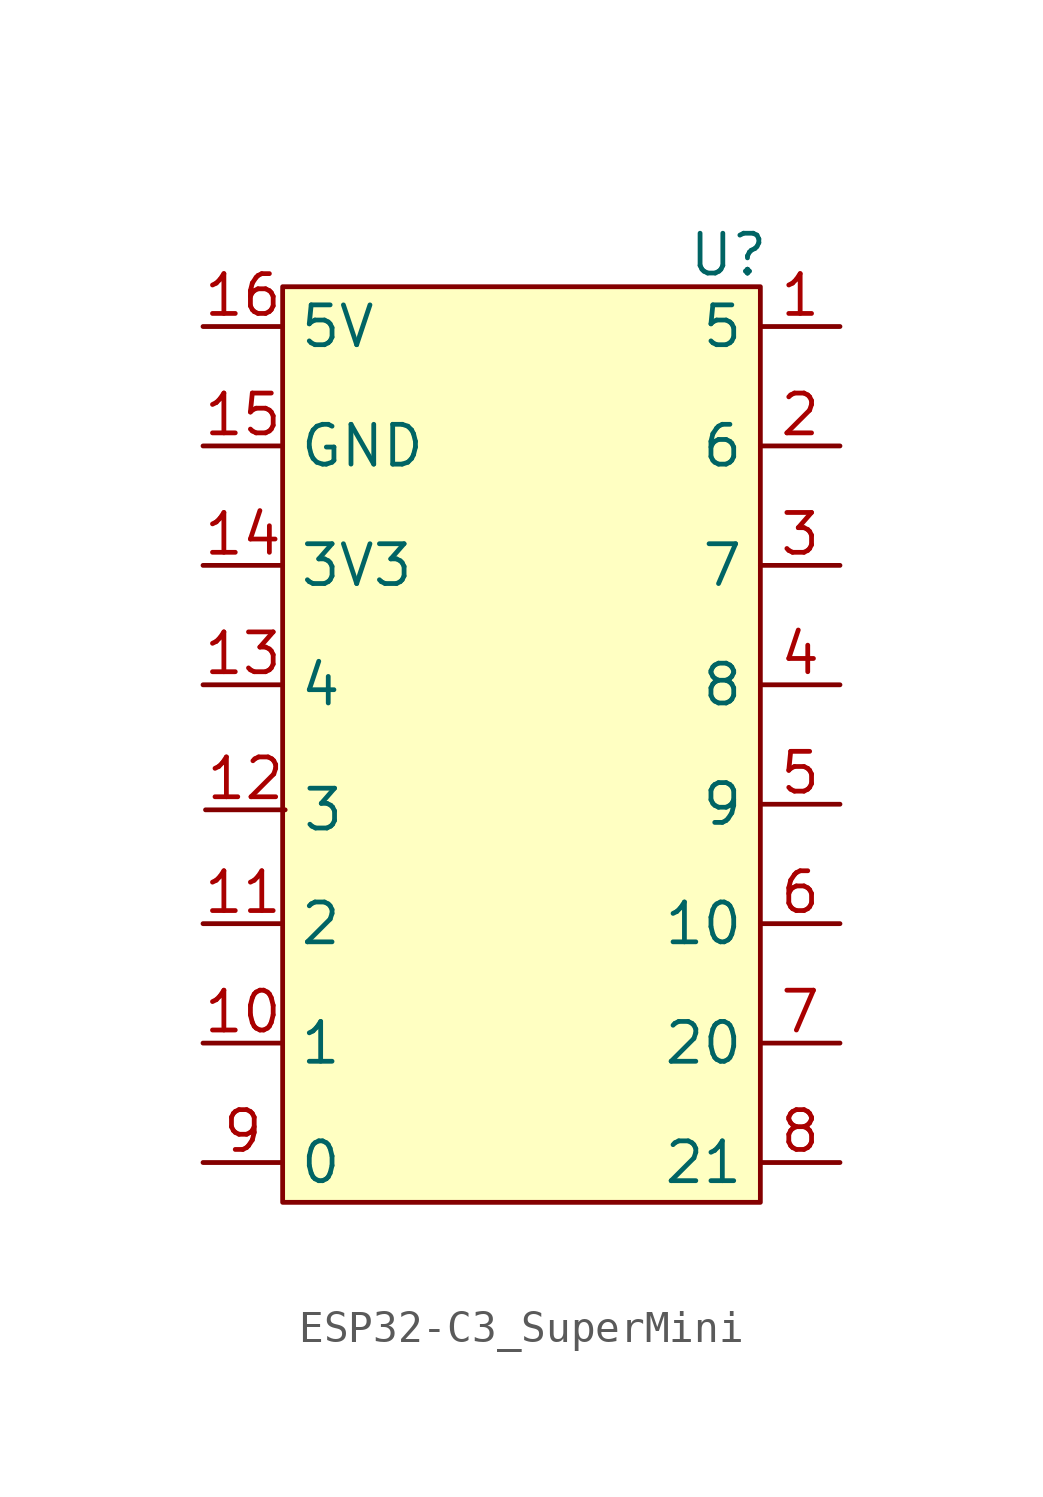
<source format=kicad_sym>
(kicad_symbol_lib
  (version 20231120)
  (generator "kicad_symbol_editor")
  (generator_version "8.0")
  (symbol "ESP32-C3_SuperMini"
    (property "Reference" "U"
      (at 6.604 14.986 0)
      (effects (font (size 1.27 1.27))))
    (property "Value" ""
      (at 0 0 0)
      (effects (font (size 1.27 1.27))))
    (symbol "ESP32-C3_SuperMini_1_1"
      (rectangle (start -7.62 13.97) (end 7.62 -15.24) (stroke (width 0) (type default)) (fill (type background)))
      (pin input line (at 10.16 12.7 180) (length 2.54) (name "5" (effects (font (size 1.27 1.27)))) (number "1" (effects (font (size 1.27 1.27)))))
      (pin input line (at -10.16 -10.16 0) (length 2.54) (name "1" (effects (font (size 1.27 1.27)))) (number "10" (effects (font (size 1.27 1.27)))))
      (pin input line (at -10.16 -6.35 0) (length 2.54) (name "2" (effects (font (size 1.27 1.27)))) (number "11" (effects (font (size 1.27 1.27)))))
      (pin input line (at -10.08 -2.719 0) (length 2.54) (name "3" (effects (font (size 1.27 1.27)))) (number "12" (effects (font (size 1.27 1.27)))))
      (pin input line (at -10.16 1.27 0) (length 2.54) (name "4" (effects (font (size 1.27 1.27)))) (number "13" (effects (font (size 1.27 1.27)))))
      (pin input line (at -10.16 5.08 0) (length 2.54) (name "3V3" (effects (font (size 1.27 1.27)))) (number "14" (effects (font (size 1.27 1.27)))))
      (pin input line (at -10.16 8.89 0) (length 2.54) (name "GND" (effects (font (size 1.27 1.27)))) (number "15" (effects (font (size 1.27 1.27)))))
      (pin input line (at -10.16 12.7 0) (length 2.54) (name "5V" (effects (font (size 1.27 1.27)))) (number "16" (effects (font (size 1.27 1.27)))))
      (pin input line (at 10.16 8.89 180) (length 2.54) (name "6" (effects (font (size 1.27 1.27)))) (number "2" (effects (font (size 1.27 1.27)))))
      (pin input line (at 10.16 5.08 180) (length 2.54) (name "7" (effects (font (size 1.27 1.27)))) (number "3" (effects (font (size 1.27 1.27)))))
      (pin input line (at 10.16 1.27 180) (length 2.54) (name "8" (effects (font (size 1.27 1.27)))) (number "4" (effects (font (size 1.27 1.27)))))
      (pin input line (at 10.16 -2.54 180) (length 2.54) (name "9" (effects (font (size 1.27 1.27)))) (number "5" (effects (font (size 1.27 1.27)))))
      (pin input line (at 10.16 -6.35 180) (length 2.54) (name "10" (effects (font (size 1.27 1.27)))) (number "6" (effects (font (size 1.27 1.27)))))
      (pin input line (at 10.16 -10.16 180) (length 2.54) (name "20" (effects (font (size 1.27 1.27)))) (number "7" (effects (font (size 1.27 1.27)))))
      (pin input line (at 10.16 -13.97 180) (length 2.54) (name "21" (effects (font (size 1.27 1.27)))) (number "8" (effects (font (size 1.27 1.27)))))
      (pin input line (at -10.16 -13.97 0) (length 2.54) (name "0" (effects (font (size 1.27 1.27)))) (number "9" (effects (font (size 1.27 1.27))))))))
</source>
